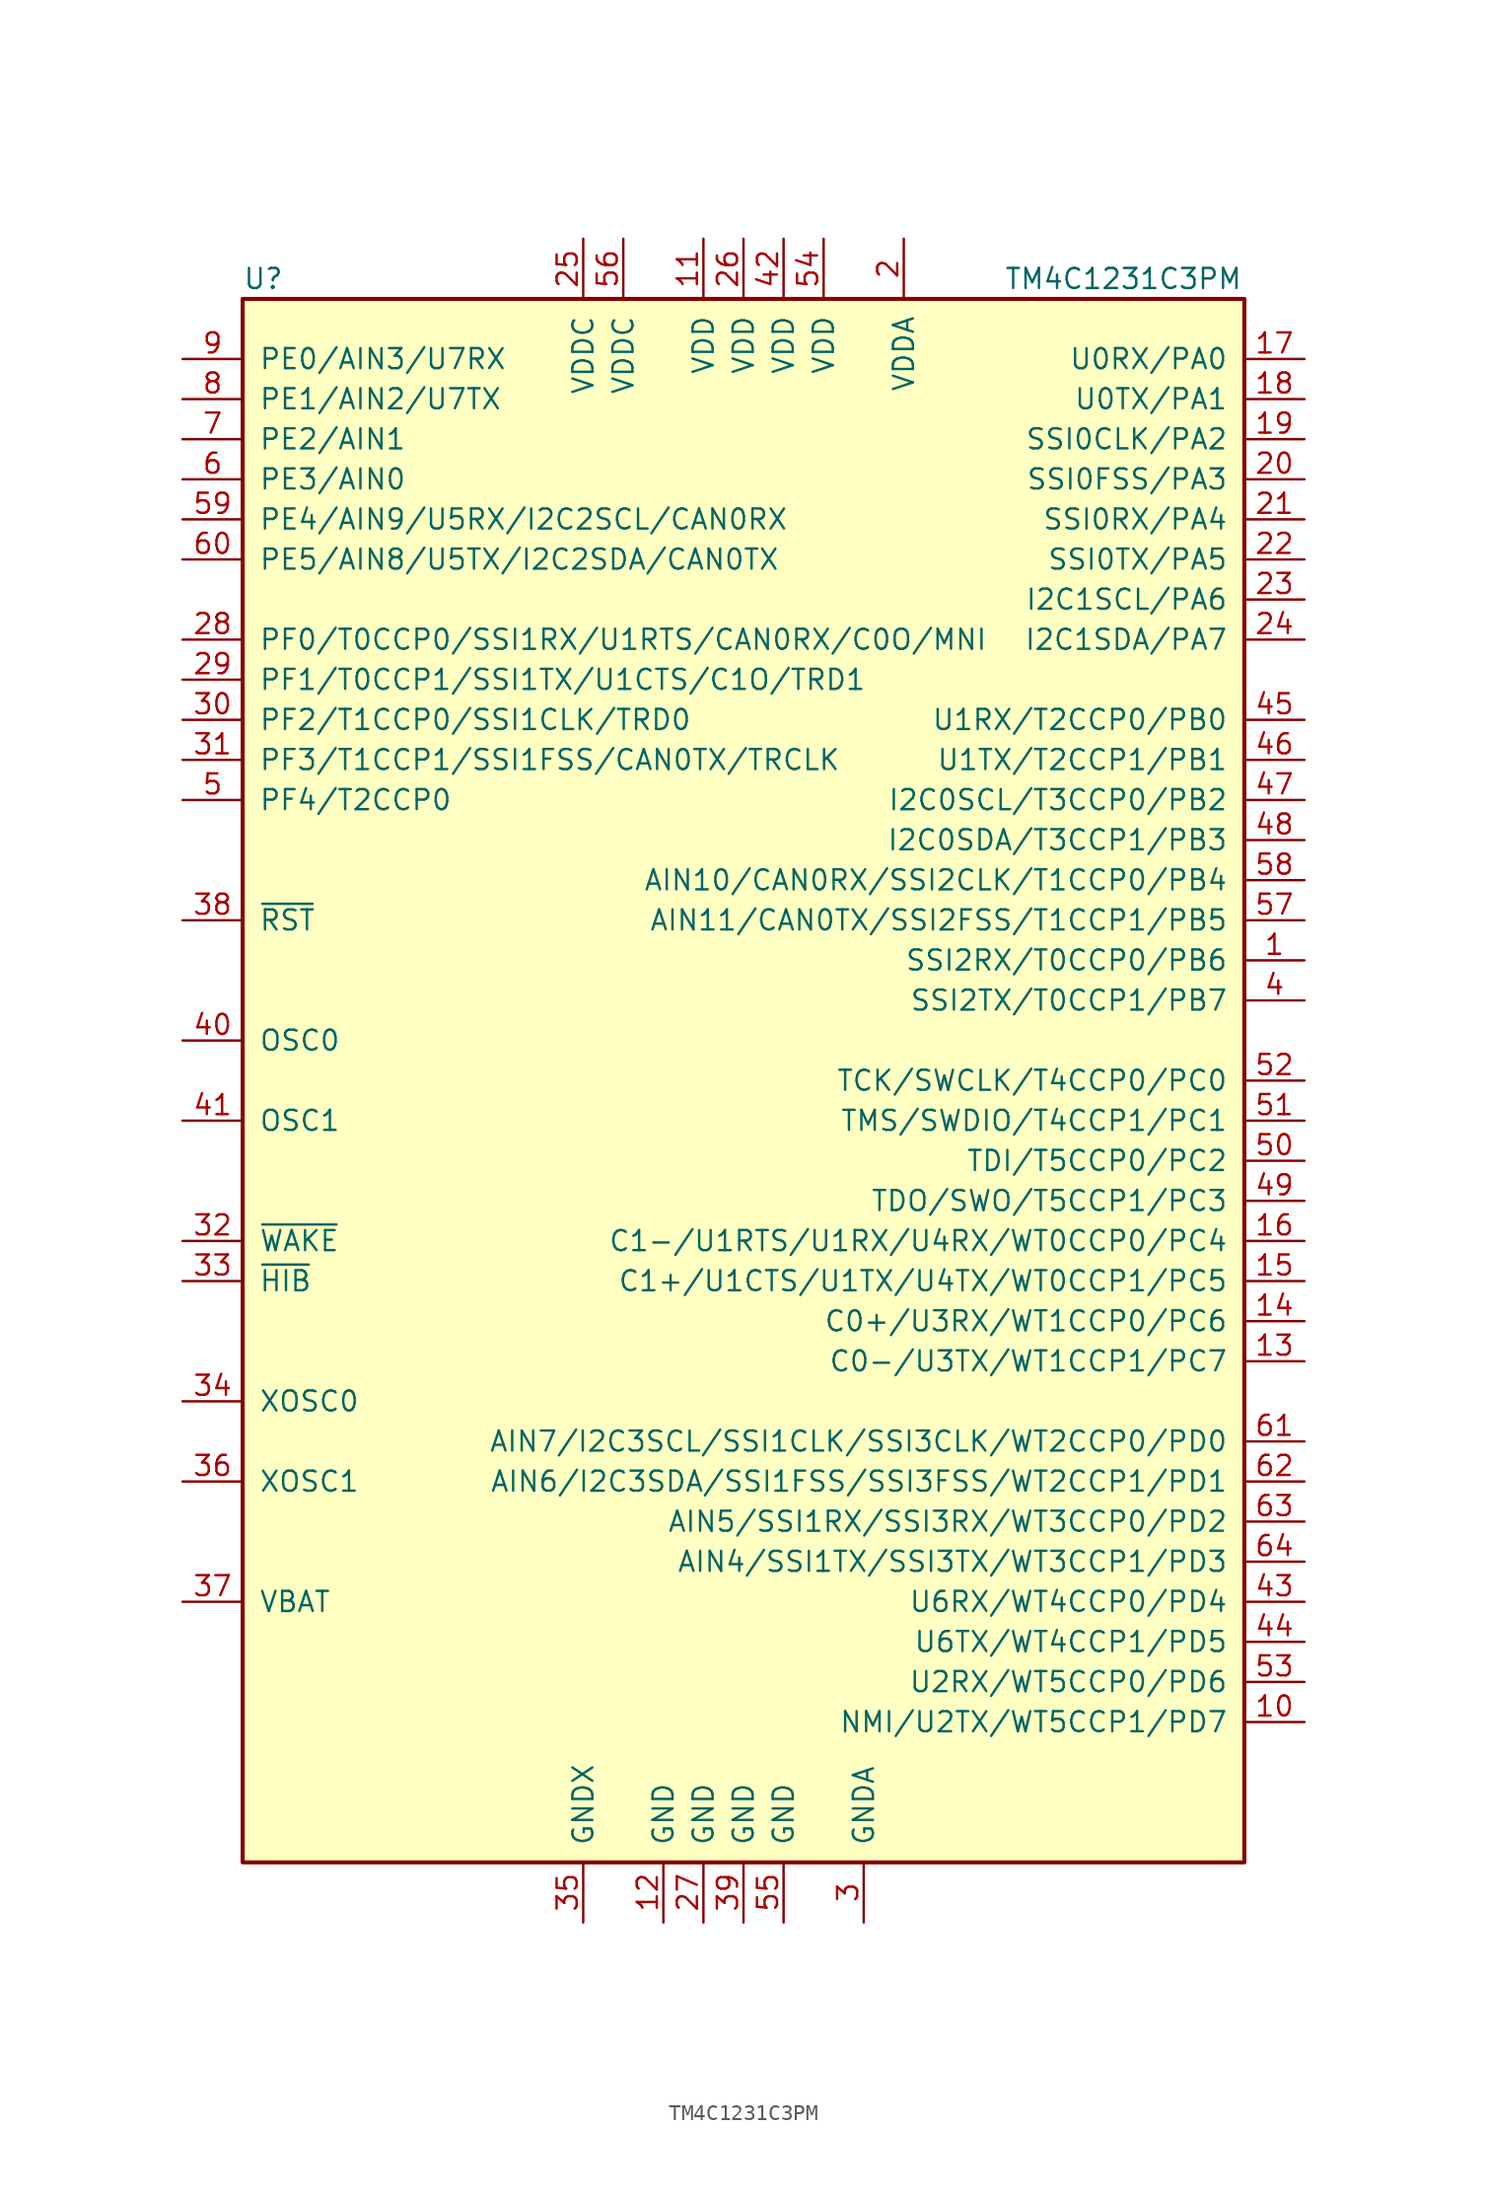
<source format=kicad_sym>
(kicad_symbol_lib
  (version 20211014)
  (generator kicad_symbol_editor)
  (symbol "TM4C1231C3PM"
    (pin_names
      (offset 1.016))
    (property "Reference" "U"
      (at -31.75 50.8 0)
      (effects (font (size 1.27 1.27)) (justify left)))
    (property "Value" "TM4C1231C3PM"
      (at 16.51 50.8 0)
      (effects (font (size 1.27 1.27)) (justify left)))
    (symbol "TM4C1231C3PM_0_1"
      (rectangle (start -31.75 49.53) (end 31.75 -49.53) (stroke (width 0.254) (type default) (color 0 0 0 0)) (fill (type background))))
    (symbol "TM4C1231C3PM_1_1"
      (pin bidirectional line (at 35.56 7.62 180) (length 3.81) (name "SSI2RX/T0CCP0/PB6" (effects (font (size 1.27 1.27)))) (number "1" (effects (font (size 1.27 1.27)))))
      (pin bidirectional line (at 35.56 -40.64 180) (length 3.81) (name "NMI/U2TX/WT5CCP1/PD7" (effects (font (size 1.27 1.27)))) (number "10" (effects (font (size 1.27 1.27)))))
      (pin power_in line (at -2.54 53.34 270) (length 3.81) (name "VDD" (effects (font (size 1.27 1.27)))) (number "11" (effects (font (size 1.27 1.27)))))
      (pin power_in line (at -5.08 -53.34 90) (length 3.81) (name "GND" (effects (font (size 1.27 1.27)))) (number "12" (effects (font (size 1.27 1.27)))))
      (pin bidirectional line (at 35.56 -17.78 180) (length 3.81) (name "C0-/U3TX/WT1CCP1/PC7" (effects (font (size 1.27 1.27)))) (number "13" (effects (font (size 1.27 1.27)))))
      (pin bidirectional line (at 35.56 -15.24 180) (length 3.81) (name "C0+/U3RX/WT1CCP0/PC6" (effects (font (size 1.27 1.27)))) (number "14" (effects (font (size 1.27 1.27)))))
      (pin bidirectional line (at 35.56 -12.7 180) (length 3.81) (name "C1+/U1CTS/U1TX/U4TX/WT0CCP1/PC5" (effects (font (size 1.27 1.27)))) (number "15" (effects (font (size 1.27 1.27)))))
      (pin bidirectional line (at 35.56 -10.16 180) (length 3.81) (name "C1-/U1RTS/U1RX/U4RX/WT0CCP0/PC4" (effects (font (size 1.27 1.27)))) (number "16" (effects (font (size 1.27 1.27)))))
      (pin bidirectional line (at 35.56 45.72 180) (length 3.81) (name "U0RX/PA0" (effects (font (size 1.27 1.27)))) (number "17" (effects (font (size 1.27 1.27)))))
      (pin bidirectional line (at 35.56 43.18 180) (length 3.81) (name "U0TX/PA1" (effects (font (size 1.27 1.27)))) (number "18" (effects (font (size 1.27 1.27)))))
      (pin bidirectional line (at 35.56 40.64 180) (length 3.81) (name "SSI0CLK/PA2" (effects (font (size 1.27 1.27)))) (number "19" (effects (font (size 1.27 1.27)))))
      (pin power_in line (at 10.16 53.34 270) (length 3.81) (name "VDDA" (effects (font (size 1.27 1.27)))) (number "2" (effects (font (size 1.27 1.27)))))
      (pin bidirectional line (at 35.56 38.1 180) (length 3.81) (name "SSI0FSS/PA3" (effects (font (size 1.27 1.27)))) (number "20" (effects (font (size 1.27 1.27)))))
      (pin bidirectional line (at 35.56 35.56 180) (length 3.81) (name "SSI0RX/PA4" (effects (font (size 1.27 1.27)))) (number "21" (effects (font (size 1.27 1.27)))))
      (pin bidirectional line (at 35.56 33.02 180) (length 3.81) (name "SSI0TX/PA5" (effects (font (size 1.27 1.27)))) (number "22" (effects (font (size 1.27 1.27)))))
      (pin bidirectional line (at 35.56 30.48 180) (length 3.81) (name "I2C1SCL/PA6" (effects (font (size 1.27 1.27)))) (number "23" (effects (font (size 1.27 1.27)))))
      (pin bidirectional line (at 35.56 27.94 180) (length 3.81) (name "I2C1SDA/PA7" (effects (font (size 1.27 1.27)))) (number "24" (effects (font (size 1.27 1.27)))))
      (pin power_in line (at -10.16 53.34 270) (length 3.81) (name "VDDC" (effects (font (size 1.27 1.27)))) (number "25" (effects (font (size 1.27 1.27)))))
      (pin power_in line (at 0 53.34 270) (length 3.81) (name "VDD" (effects (font (size 1.27 1.27)))) (number "26" (effects (font (size 1.27 1.27)))))
      (pin power_in line (at -2.54 -53.34 90) (length 3.81) (name "GND" (effects (font (size 1.27 1.27)))) (number "27" (effects (font (size 1.27 1.27)))))
      (pin bidirectional line (at -35.56 27.94 0) (length 3.81) (name "PF0/T0CCP0/SSI1RX/U1RTS/CAN0RX/C0O/MNI" (effects (font (size 1.27 1.27)))) (number "28" (effects (font (size 1.27 1.27)))))
      (pin bidirectional line (at -35.56 25.4 0) (length 3.81) (name "PF1/T0CCP1/SSI1TX/U1CTS/C1O/TRD1" (effects (font (size 1.27 1.27)))) (number "29" (effects (font (size 1.27 1.27)))))
      (pin power_in line (at 7.62 -53.34 90) (length 3.81) (name "GNDA" (effects (font (size 1.27 1.27)))) (number "3" (effects (font (size 1.27 1.27)))))
      (pin bidirectional line (at -35.56 22.86 0) (length 3.81) (name "PF2/T1CCP0/SSI1CLK/TRD0" (effects (font (size 1.27 1.27)))) (number "30" (effects (font (size 1.27 1.27)))))
      (pin bidirectional line (at -35.56 20.32 0) (length 3.81) (name "PF3/T1CCP1/SSI1FSS/CAN0TX/TRCLK" (effects (font (size 1.27 1.27)))) (number "31" (effects (font (size 1.27 1.27)))))
      (pin input line (at -35.56 -10.16 0) (length 3.81) (name "~{WAKE}" (effects (font (size 1.27 1.27)))) (number "32" (effects (font (size 1.27 1.27)))))
      (pin open_collector line (at -35.56 -12.7 0) (length 3.81) (name "~{HIB}" (effects (font (size 1.27 1.27)))) (number "33" (effects (font (size 1.27 1.27)))))
      (pin passive line (at -35.56 -20.32 0) (length 3.81) (name "XOSC0" (effects (font (size 1.27 1.27)))) (number "34" (effects (font (size 1.27 1.27)))))
      (pin power_in line (at -10.16 -53.34 90) (length 3.81) (name "GNDX" (effects (font (size 1.27 1.27)))) (number "35" (effects (font (size 1.27 1.27)))))
      (pin passive line (at -35.56 -25.4 0) (length 3.81) (name "XOSC1" (effects (font (size 1.27 1.27)))) (number "36" (effects (font (size 1.27 1.27)))))
      (pin passive line (at -35.56 -33.02 0) (length 3.81) (name "VBAT" (effects (font (size 1.27 1.27)))) (number "37" (effects (font (size 1.27 1.27)))))
      (pin input line (at -35.56 10.16 0) (length 3.81) (name "~{RST}" (effects (font (size 1.27 1.27)))) (number "38" (effects (font (size 1.27 1.27)))))
      (pin bidirectional line (at 0 -53.34 90) (length 3.81) (name "GND" (effects (font (size 1.27 1.27)))) (number "39" (effects (font (size 1.27 1.27)))))
      (pin bidirectional line (at 35.56 5.08 180) (length 3.81) (name "SSI2TX/T0CCP1/PB7" (effects (font (size 1.27 1.27)))) (number "4" (effects (font (size 1.27 1.27)))))
      (pin passive line (at -35.56 2.54 0) (length 3.81) (name "OSC0" (effects (font (size 1.27 1.27)))) (number "40" (effects (font (size 1.27 1.27)))))
      (pin passive line (at -35.56 -2.54 0) (length 3.81) (name "OSC1" (effects (font (size 1.27 1.27)))) (number "41" (effects (font (size 1.27 1.27)))))
      (pin power_in line (at 2.54 53.34 270) (length 3.81) (name "VDD" (effects (font (size 1.27 1.27)))) (number "42" (effects (font (size 1.27 1.27)))))
      (pin bidirectional line (at 35.56 -33.02 180) (length 3.81) (name "U6RX/WT4CCP0/PD4" (effects (font (size 1.27 1.27)))) (number "43" (effects (font (size 1.27 1.27)))))
      (pin bidirectional line (at 35.56 -35.56 180) (length 3.81) (name "U6TX/WT4CCP1/PD5" (effects (font (size 1.27 1.27)))) (number "44" (effects (font (size 1.27 1.27)))))
      (pin bidirectional line (at 35.56 22.86 180) (length 3.81) (name "U1RX/T2CCP0/PB0" (effects (font (size 1.27 1.27)))) (number "45" (effects (font (size 1.27 1.27)))))
      (pin bidirectional line (at 35.56 20.32 180) (length 3.81) (name "U1TX/T2CCP1/PB1" (effects (font (size 1.27 1.27)))) (number "46" (effects (font (size 1.27 1.27)))))
      (pin bidirectional line (at 35.56 17.78 180) (length 3.81) (name "I2C0SCL/T3CCP0/PB2" (effects (font (size 1.27 1.27)))) (number "47" (effects (font (size 1.27 1.27)))))
      (pin bidirectional line (at 35.56 15.24 180) (length 3.81) (name "I2C0SDA/T3CCP1/PB3" (effects (font (size 1.27 1.27)))) (number "48" (effects (font (size 1.27 1.27)))))
      (pin bidirectional line (at 35.56 -7.62 180) (length 3.81) (name "TDO/SWO/T5CCP1/PC3" (effects (font (size 1.27 1.27)))) (number "49" (effects (font (size 1.27 1.27)))))
      (pin bidirectional line (at -35.56 17.78 0) (length 3.81) (name "PF4/T2CCP0" (effects (font (size 1.27 1.27)))) (number "5" (effects (font (size 1.27 1.27)))))
      (pin bidirectional line (at 35.56 -5.08 180) (length 3.81) (name "TDI/T5CCP0/PC2" (effects (font (size 1.27 1.27)))) (number "50" (effects (font (size 1.27 1.27)))))
      (pin bidirectional line (at 35.56 -2.54 180) (length 3.81) (name "TMS/SWDIO/T4CCP1/PC1" (effects (font (size 1.27 1.27)))) (number "51" (effects (font (size 1.27 1.27)))))
      (pin bidirectional line (at 35.56 0 180) (length 3.81) (name "TCK/SWCLK/T4CCP0/PC0" (effects (font (size 1.27 1.27)))) (number "52" (effects (font (size 1.27 1.27)))))
      (pin bidirectional line (at 35.56 -38.1 180) (length 3.81) (name "U2RX/WT5CCP0/PD6" (effects (font (size 1.27 1.27)))) (number "53" (effects (font (size 1.27 1.27)))))
      (pin power_in line (at 5.08 53.34 270) (length 3.81) (name "VDD" (effects (font (size 1.27 1.27)))) (number "54" (effects (font (size 1.27 1.27)))))
      (pin power_in line (at 2.54 -53.34 90) (length 3.81) (name "GND" (effects (font (size 1.27 1.27)))) (number "55" (effects (font (size 1.27 1.27)))))
      (pin power_in line (at -7.62 53.34 270) (length 3.81) (name "VDDC" (effects (font (size 1.27 1.27)))) (number "56" (effects (font (size 1.27 1.27)))))
      (pin bidirectional line (at 35.56 10.16 180) (length 3.81) (name "AIN11/CAN0TX/SSI2FSS/T1CCP1/PB5" (effects (font (size 1.27 1.27)))) (number "57" (effects (font (size 1.27 1.27)))))
      (pin bidirectional line (at 35.56 12.7 180) (length 3.81) (name "AIN10/CAN0RX/SSI2CLK/T1CCP0/PB4" (effects (font (size 1.27 1.27)))) (number "58" (effects (font (size 1.27 1.27)))))
      (pin bidirectional line (at -35.56 35.56 0) (length 3.81) (name "PE4/AIN9/U5RX/I2C2SCL/CAN0RX" (effects (font (size 1.27 1.27)))) (number "59" (effects (font (size 1.27 1.27)))))
      (pin bidirectional line (at -35.56 38.1 0) (length 3.81) (name "PE3/AIN0" (effects (font (size 1.27 1.27)))) (number "6" (effects (font (size 1.27 1.27)))))
      (pin bidirectional line (at -35.56 33.02 0) (length 3.81) (name "PE5/AIN8/U5TX/I2C2SDA/CAN0TX" (effects (font (size 1.27 1.27)))) (number "60" (effects (font (size 1.27 1.27)))))
      (pin bidirectional line (at 35.56 -22.86 180) (length 3.81) (name "AIN7/I2C3SCL/SSI1CLK/SSI3CLK/WT2CCP0/PD0" (effects (font (size 1.27 1.27)))) (number "61" (effects (font (size 1.27 1.27)))))
      (pin bidirectional line (at 35.56 -25.4 180) (length 3.81) (name "AIN6/I2C3SDA/SSI1FSS/SSI3FSS/WT2CCP1/PD1" (effects (font (size 1.27 1.27)))) (number "62" (effects (font (size 1.27 1.27)))))
      (pin bidirectional line (at 35.56 -27.94 180) (length 3.81) (name "AIN5/SSI1RX/SSI3RX/WT3CCP0/PD2" (effects (font (size 1.27 1.27)))) (number "63" (effects (font (size 1.27 1.27)))))
      (pin bidirectional line (at 35.56 -30.48 180) (length 3.81) (name "AIN4/SSI1TX/SSI3TX/WT3CCP1/PD3" (effects (font (size 1.27 1.27)))) (number "64" (effects (font (size 1.27 1.27)))))
      (pin bidirectional line (at -35.56 40.64 0) (length 3.81) (name "PE2/AIN1" (effects (font (size 1.27 1.27)))) (number "7" (effects (font (size 1.27 1.27)))))
      (pin bidirectional line (at -35.56 43.18 0) (length 3.81) (name "PE1/AIN2/U7TX" (effects (font (size 1.27 1.27)))) (number "8" (effects (font (size 1.27 1.27)))))
      (pin bidirectional line (at -35.56 45.72 0) (length 3.81) (name "PE0/AIN3/U7RX" (effects (font (size 1.27 1.27)))) (number "9" (effects (font (size 1.27 1.27))))))))
</source>
